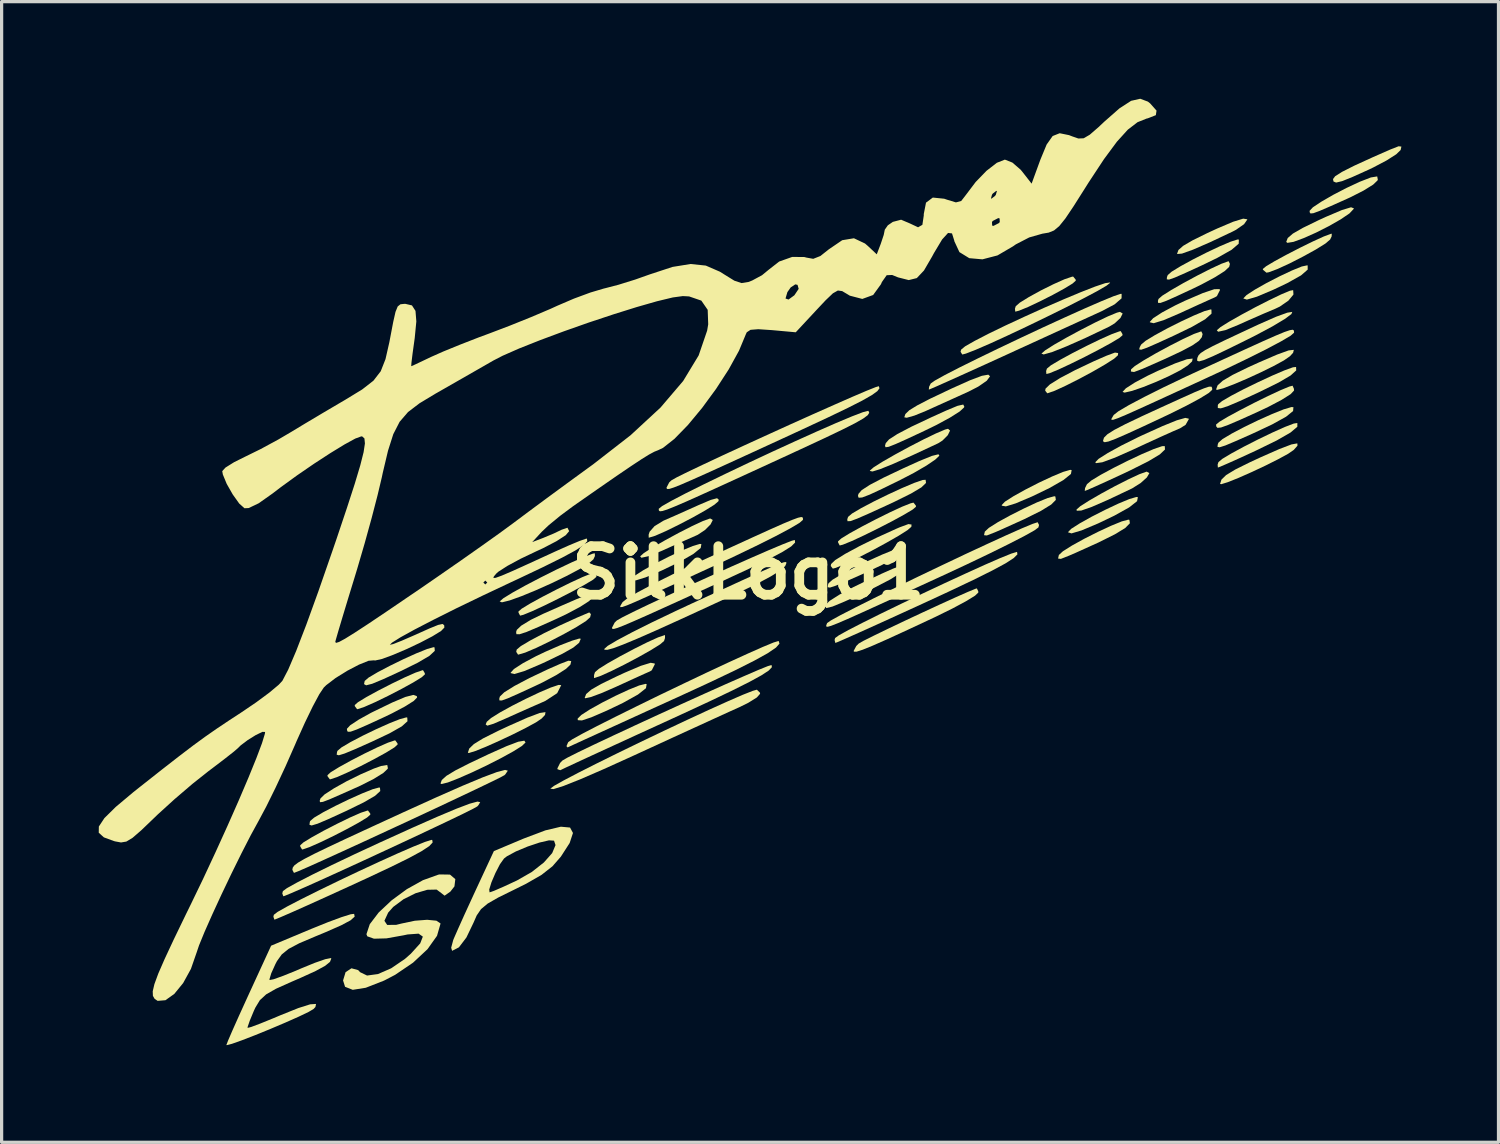
<source format=kicad_pcb>
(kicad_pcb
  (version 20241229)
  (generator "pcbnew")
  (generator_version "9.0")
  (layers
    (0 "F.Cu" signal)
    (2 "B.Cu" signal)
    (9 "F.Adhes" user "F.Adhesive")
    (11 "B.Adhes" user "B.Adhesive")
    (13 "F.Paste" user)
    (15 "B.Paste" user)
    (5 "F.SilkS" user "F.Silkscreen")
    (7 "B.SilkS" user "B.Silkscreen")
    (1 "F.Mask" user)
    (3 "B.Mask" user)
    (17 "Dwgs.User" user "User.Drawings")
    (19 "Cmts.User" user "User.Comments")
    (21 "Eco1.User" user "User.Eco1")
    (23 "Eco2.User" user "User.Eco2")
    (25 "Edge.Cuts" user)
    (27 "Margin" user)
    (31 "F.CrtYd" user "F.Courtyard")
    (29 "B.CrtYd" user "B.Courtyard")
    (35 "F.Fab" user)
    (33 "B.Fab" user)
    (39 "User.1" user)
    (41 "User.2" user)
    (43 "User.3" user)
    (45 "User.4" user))
  (footprint "SilkLogo1"
    (layer "F.Cu")
    (at 20.065 14.641)
    (property "Reference" "SilkLogo1" (at 0 0 0) (layer "F.SilkS") (effects (font (size 1.5 1.5) (thickness 0.3))))
    (attr board_only exclude_from_pos_files exclude_from_bom)
    (fp_poly (pts (xy -3.142 3.439) (xy -3.164 3.566) (xy -3.411 3.761) (xy -3.88 4.022) (xy -4.372 4.257) (xy -4.85 4.464) (xy -5.141 4.561) (xy -5.267 4.553) (xy -5.275 4.506) (xy -5.161 4.392) (xy -4.889 4.217) (xy -4.517 4.01) (xy -4.102 3.799) (xy -3.701 3.613) (xy -3.372 3.48) (xy -3.172 3.431)) (stroke (width 0) (type solid)) (fill yes) (layer "F.SilkS"))
    (fp_poly (pts (xy -1.452 -0.886) (xy -1.473 -0.765) (xy -1.706 -0.577) (xy -2.136 -0.331) (xy -2.678 -0.069) (xy -3.178 0.143) (xy -3.483 0.237) (xy -3.607 0.215) (xy -3.611 0.194) (xy -3.511 0.091) (xy -3.248 -0.078) (xy -2.879 -0.283) (xy -2.463 -0.495) (xy -2.055 -0.687) (xy -1.714 -0.828) (xy -1.496 -0.892)) (stroke (width 0) (type solid)) (fill yes) (layer "F.SilkS"))
    (fp_poly (pts (xy 9.984 -3.173) (xy 9.963 -3.052) (xy 9.73 -2.864) (xy 9.3 -2.618) (xy 8.758 -2.356) (xy 8.258 -2.144) (xy 7.953 -2.05) (xy 7.829 -2.072) (xy 7.825 -2.093) (xy 7.925 -2.197) (xy 8.188 -2.365) (xy 8.557 -2.57) (xy 8.973 -2.783) (xy 9.381 -2.974) (xy 9.722 -3.116) (xy 9.94 -3.179)) (stroke (width 0) (type solid)) (fill yes) (layer "F.SilkS"))
    (fp_poly (pts (xy 12.03 -2.335) (xy 12.005 -2.211) (xy 11.759 -2.018) (xy 11.301 -1.763) (xy 10.804 -1.525) (xy 10.29 -1.308) (xy 9.979 -1.216) (xy 9.871 -1.251) (xy 9.871 -1.254) (xy 9.971 -1.358) (xy 10.234 -1.526) (xy 10.601 -1.731) (xy 11.017 -1.943) (xy 11.424 -2.135) (xy 11.766 -2.277) (xy 11.984 -2.341)) (stroke (width 0) (type solid)) (fill yes) (layer "F.SilkS"))
    (fp_poly (pts (xy 13.704 -6.528) (xy 13.573 -6.405) (xy 13.341 -6.255) (xy 12.996 -6.078) (xy 12.595 -5.897) (xy 12.194 -5.736) (xy 11.851 -5.618) (xy 11.621 -5.565) (xy 11.556 -5.586) (xy 11.659 -5.698) (xy 11.936 -5.876) (xy 12.34 -6.091) (xy 12.64 -6.234) (xy 13.18 -6.467) (xy 13.544 -6.595) (xy 13.722 -6.616)) (stroke (width 0) (type solid)) (fill yes) (layer "F.SilkS"))
    (fp_poly (pts (xy 17.274 -9.491) (xy 17.275 -9.364) (xy 17.069 -9.185) (xy 16.647 -8.948) (xy 16.22 -8.745) (xy 15.707 -8.528) (xy 15.396 -8.437) (xy 15.288 -8.472) (xy 15.288 -8.475) (xy 15.387 -8.579) (xy 15.646 -8.747) (xy 16.005 -8.95) (xy 16.405 -9.156) (xy 16.787 -9.336) (xy 17.092 -9.46) (xy 17.261 -9.496)) (stroke (width 0) (type solid)) (fill yes) (layer "F.SilkS"))
    (fp_poly (pts (xy -9.694 2.304) (xy -9.686 2.412) (xy -9.852 2.566) (xy -10.211 2.777) (xy -10.756 3.046) (xy -11.28 3.287) (xy -11.619 3.428) (xy -11.806 3.476) (xy -11.871 3.439) (xy -11.851 3.341) (xy -11.729 3.236) (xy -11.45 3.071) (xy -11.072 2.873) (xy -10.653 2.668) (xy -10.25 2.486) (xy -9.921 2.354) (xy -9.723 2.298)) (stroke (width 0) (type solid)) (fill yes) (layer "F.SilkS"))
    (fp_poly (pts (xy -5.176 2.039) (xy -5.229 2.163) (xy -5.407 2.31) (xy -5.742 2.5) (xy -6.264 2.752) (xy -6.419 2.823) (xy -6.921 3.036) (xy -7.225 3.127) (xy -7.341 3.099) (xy -7.343 3.086) (xy -7.24 2.971) (xy -6.963 2.792) (xy -6.559 2.576) (xy -6.26 2.434) (xy -5.804 2.235) (xy -5.443 2.096) (xy -5.223 2.031)) (stroke (width 0) (type solid)) (fill yes) (layer "F.SilkS"))
    (fp_poly (pts (xy 9.481 -2.356) (xy 9.496 -2.251) (xy 9.353 -2.107) (xy 9.036 -1.912) (xy 8.528 -1.659) (xy 7.814 -1.336) (xy 7.618 -1.251) (xy 7.365 -1.152) (xy 7.278 -1.161) (xy 7.303 -1.272) (xy 7.428 -1.388) (xy 7.709 -1.565) (xy 8.088 -1.773) (xy 8.508 -1.985) (xy 8.912 -2.174) (xy 9.245 -2.309) (xy 9.448 -2.364)) (stroke (width 0) (type solid)) (fill yes) (layer "F.SilkS"))
    (fp_poly (pts (xy 11.56 -8.008) (xy 11.492 -7.871) (xy 11.315 -7.705) (xy 11.144 -7.602) (xy 10.415 -7.255) (xy 9.822 -6.992) (xy 9.384 -6.818) (xy 9.121 -6.743) (xy 9.051 -6.77) (xy 9.166 -6.87) (xy 9.444 -7.046) (xy 9.831 -7.267) (xy 10.272 -7.505) (xy 10.714 -7.732) (xy 11.102 -7.918) (xy 11.382 -8.034) (xy 11.476 -8.059)) (stroke (width 0) (type solid)) (fill yes) (layer "F.SilkS"))
    (fp_poly (pts (xy 11.768 -1.634) (xy 11.783 -1.529) (xy 11.64 -1.384) (xy 11.323 -1.19) (xy 10.816 -0.937) (xy 10.102 -0.614) (xy 9.905 -0.529) (xy 9.652 -0.429) (xy 9.565 -0.439) (xy 9.59 -0.55) (xy 9.716 -0.666) (xy 9.996 -0.842) (xy 10.375 -1.051) (xy 10.795 -1.263) (xy 11.2 -1.451) (xy 11.532 -1.587) (xy 11.736 -1.641)) (stroke (width 0) (type solid)) (fill yes) (layer "F.SilkS"))
    (fp_poly (pts (xy 15.407 -10.918) (xy 15.409 -10.909) (xy 15.31 -10.767) (xy 15.062 -10.594) (xy 14.957 -10.539) (xy 14.258 -10.209) (xy 13.732 -9.98) (xy 13.391 -9.858) (xy 13.246 -9.846) (xy 13.242 -9.858) (xy 13.283 -9.97) (xy 13.43 -10.099) (xy 13.716 -10.266) (xy 14.175 -10.492) (xy 14.476 -10.631) (xy 14.969 -10.841) (xy 15.284 -10.938)) (stroke (width 0) (type solid)) (fill yes) (layer "F.SilkS"))
    (fp_poly (pts (xy 18.701 -11.256) (xy 18.696 -11.239) (xy 18.566 -11.1) (xy 18.293 -10.915) (xy 17.931 -10.708) (xy 17.532 -10.506) (xy 17.15 -10.336) (xy 16.837 -10.221) (xy 16.646 -10.19) (xy 16.612 -10.22) (xy 16.658 -10.339) (xy 16.817 -10.476) (xy 17.121 -10.651) (xy 17.605 -10.887) (xy 17.838 -10.994) (xy 18.328 -11.202) (xy 18.614 -11.289)) (stroke (width 0) (type solid)) (fill yes) (layer "F.SilkS"))
    (fp_poly (pts (xy 20.169 -13.164) (xy 20.146 -13.058) (xy 20.009 -12.925) (xy 19.709 -12.734) (xy 19.301 -12.519) (xy 19.17 -12.456) (xy 18.665 -12.228) (xy 18.338 -12.096) (xy 18.153 -12.052) (xy 18.072 -12.085) (xy 18.057 -12.16) (xy 18.123 -12.248) (xy 18.336 -12.383) (xy 18.716 -12.575) (xy 19.285 -12.835) (xy 19.829 -13.074) (xy 20.082 -13.173)) (stroke (width 0) (type solid)) (fill yes) (layer "F.SilkS"))
    (fp_poly (pts (xy -10.536 4.471) (xy -10.529 4.586) (xy -10.708 4.746) (xy -11.088 4.961) (xy -11.632 5.218) (xy -12.142 5.446) (xy -12.47 5.582) (xy -12.649 5.637) (xy -12.716 5.619) (xy -12.706 5.539) (xy -12.692 5.5) (xy -12.569 5.395) (xy -12.29 5.23) (xy -11.912 5.032) (xy -11.492 4.829) (xy -11.089 4.649) (xy -10.761 4.519) (xy -10.564 4.466)) (stroke (width 0) (type solid)) (fill yes) (layer "F.SilkS"))
    (fp_poly (pts (xy -6.883 5.241) (xy -6.993 5.348) (xy -7.262 5.517) (xy -7.64 5.725) (xy -8.08 5.949) (xy -8.533 6.164) (xy -8.949 6.347) (xy -9.28 6.476) (xy -9.476 6.525) (xy -9.51 6.508) (xy -9.469 6.4) (xy -9.327 6.272) (xy -9.053 6.106) (xy -8.617 5.884) (xy -8.018 5.6) (xy -7.467 5.354) (xy -7.108 5.218) (xy -6.92 5.186)) (stroke (width 0) (type solid)) (fill yes) (layer "F.SilkS"))
    (fp_poly (pts (xy -6.281 4.391) (xy -6.387 4.503) (xy -6.562 4.621) (xy -6.874 4.791) (xy -7.27 4.99) (xy -7.697 5.191) (xy -8.101 5.371) (xy -8.43 5.504) (xy -8.63 5.566) (xy -8.665 5.56) (xy -8.622 5.429) (xy -8.476 5.288) (xy -8.193 5.115) (xy -7.738 4.887) (xy -7.404 4.731) (xy -6.823 4.473) (xy -6.446 4.331) (xy -6.267 4.304)) (stroke (width 0) (type solid)) (fill yes) (layer "F.SilkS"))
    (fp_poly (pts (xy -5.78 3.47) (xy -5.906 3.719) (xy -6.272 3.958) (xy -6.38 4.006) (xy -6.725 4.157) (xy -7.174 4.357) (xy -7.498 4.502) (xy -7.87 4.663) (xy -8.063 4.722) (xy -8.114 4.686) (xy -8.081 4.603) (xy -7.947 4.486) (xy -7.667 4.311) (xy -7.29 4.104) (xy -6.87 3.891) (xy -6.458 3.696) (xy -6.104 3.545) (xy -5.861 3.463)) (stroke (width 0) (type solid)) (fill yes) (layer "F.SilkS"))
    (fp_poly (pts (xy -5.472 2.727) (xy -5.497 2.837) (xy -5.633 2.968) (xy -5.937 3.162) (xy -6.355 3.385) (xy -6.594 3.499) (xy -7.104 3.734) (xy -7.433 3.879) (xy -7.616 3.945) (xy -7.691 3.942) (xy -7.693 3.882) (xy -7.675 3.822) (xy -7.541 3.692) (xy -7.223 3.494) (xy -6.762 3.251) (xy -6.198 2.983) (xy -5.812 2.813) (xy -5.559 2.716)) (stroke (width 0) (type solid)) (fill yes) (layer "F.SilkS"))
    (fp_poly (pts (xy -4.864 1.277) (xy -4.888 1.375) (xy -5.016 1.49) (xy -5.304 1.672) (xy -5.695 1.891) (xy -6.13 2.117) (xy -6.549 2.319) (xy -6.894 2.466) (xy -7.106 2.528) (xy -7.115 2.528) (xy -7.171 2.441) (xy -7.155 2.371) (xy -7.028 2.264) (xy -6.73 2.087) (xy -6.309 1.865) (xy -5.814 1.623) (xy -5.295 1.386) (xy -4.914 1.224)) (stroke (width 0) (type solid)) (fill yes) (layer "F.SilkS"))
    (fp_poly (pts (xy 4.798 -0.779) (xy 4.786 -0.66) (xy 4.563 -0.482) (xy 4.122 -0.24) (xy 3.526 0.04) (xy 3.018 0.265) (xy 2.694 0.401) (xy 2.517 0.458) (xy 2.45 0.445) (xy 2.458 0.373) (xy 2.477 0.322) (xy 2.601 0.213) (xy 2.885 0.043) (xy 3.272 -0.16) (xy 3.705 -0.37) (xy 4.131 -0.562) (xy 4.492 -0.708) (xy 4.733 -0.782)) (stroke (width 0) (type solid)) (fill yes) (layer "F.SilkS"))
    (fp_poly (pts (xy 5.899 -3.617) (xy 5.771 -3.495) (xy 5.501 -3.312) (xy 5.107 -3.083) (xy 4.691 -2.867) (xy 4.127 -2.591) (xy 3.746 -2.414) (xy 3.516 -2.326) (xy 3.406 -2.317) (xy 3.384 -2.375) (xy 3.4 -2.438) (xy 3.5 -2.553) (xy 3.753 -2.717) (xy 4.179 -2.94) (xy 4.797 -3.233) (xy 5.278 -3.451) (xy 5.669 -3.61) (xy 5.871 -3.66)) (stroke (width 0) (type solid)) (fill yes) (layer "F.SilkS"))
    (fp_poly (pts (xy 6.229 -4.392) (xy 6.158 -4.248) (xy 5.997 -4.086) (xy 5.862 -4) (xy 5.069 -3.63) (xy 4.476 -3.365) (xy 4.068 -3.2) (xy 3.832 -3.128) (xy 3.753 -3.145) (xy 3.754 -3.158) (xy 3.868 -3.257) (xy 4.145 -3.432) (xy 4.531 -3.653) (xy 4.971 -3.892) (xy 5.41 -4.119) (xy 5.796 -4.305) (xy 6.073 -4.423) (xy 6.166 -4.448)) (stroke (width 0) (type solid)) (fill yes) (layer "F.SilkS"))
    (fp_poly (pts (xy 10.109 -9.055) (xy 10.112 -9.022) (xy 10.012 -8.933) (xy 9.754 -8.776) (xy 9.399 -8.582) (xy 9.008 -8.384) (xy 8.642 -8.211) (xy 8.361 -8.096) (xy 8.243 -8.065) (xy 8.233 -8.155) (xy 8.257 -8.232) (xy 8.383 -8.343) (xy 8.663 -8.516) (xy 9.03 -8.718) (xy 9.42 -8.912) (xy 9.764 -9.066) (xy 9.997 -9.145) (xy 10.031 -9.149)) (stroke (width 0) (type solid)) (fill yes) (layer "F.SilkS"))
    (fp_poly (pts (xy 11.42 -6.787) (xy 11.414 -6.718) (xy 11.298 -6.613) (xy 11.021 -6.436) (xy 10.642 -6.217) (xy 10.217 -5.988) (xy 9.805 -5.78) (xy 9.462 -5.622) (xy 9.246 -5.547) (xy 9.229 -5.545) (xy 9.167 -5.625) (xy 9.178 -5.688) (xy 9.313 -5.818) (xy 9.632 -6.017) (xy 10.095 -6.261) (xy 10.664 -6.531) (xy 11.057 -6.703) (xy 11.322 -6.801)) (stroke (width 0) (type solid)) (fill yes) (layer "F.SilkS"))
    (fp_poly (pts (xy 12.385 -3.078) (xy 12.308 -2.945) (xy 12.117 -2.773) (xy 11.855 -2.608) (xy 11.822 -2.592) (xy 11.113 -2.256) (xy 10.604 -2.034) (xy 10.283 -1.922) (xy 10.142 -1.916) (xy 10.134 -1.953) (xy 10.25 -2.055) (xy 10.525 -2.23) (xy 10.902 -2.448) (xy 11.324 -2.677) (xy 11.734 -2.885) (xy 12.075 -3.044) (xy 12.288 -3.12) (xy 12.305 -3.123)) (stroke (width 0) (type solid)) (fill yes) (layer "F.SilkS"))
    (fp_poly (pts (xy 14.029 -7.373) (xy 14.004 -7.274) (xy 13.916 -7.163) (xy 13.712 -7.022) (xy 13.365 -6.838) (xy 12.847 -6.596) (xy 12.176 -6.3) (xy 11.911 -6.201) (xy 11.814 -6.216) (xy 11.82 -6.283) (xy 11.936 -6.386) (xy 12.212 -6.562) (xy 12.59 -6.781) (xy 13.013 -7.01) (xy 13.423 -7.219) (xy 13.763 -7.377) (xy 13.976 -7.453) (xy 13.99 -7.455)) (stroke (width 0) (type solid)) (fill yes) (layer "F.SilkS"))
    (fp_poly (pts (xy 14.302 -8.128) (xy 14.305 -8.005) (xy 14.108 -7.83) (xy 13.7 -7.595) (xy 13.155 -7.331) (xy 12.64 -7.095) (xy 12.31 -6.951) (xy 12.131 -6.889) (xy 12.069 -6.9) (xy 12.09 -6.973) (xy 12.131 -7.049) (xy 12.268 -7.165) (xy 12.556 -7.34) (xy 12.938 -7.548) (xy 13.358 -7.759) (xy 13.759 -7.946) (xy 14.084 -8.081) (xy 14.276 -8.134)) (stroke (width 0) (type solid)) (fill yes) (layer "F.SilkS"))
    (fp_poly (pts (xy 14.566 -8.733) (xy 14.471 -8.545) (xy 14.415 -8.511) (xy 14.242 -8.434) (xy 13.911 -8.285) (xy 13.485 -8.09) (xy 13.332 -8.019) (xy 12.826 -7.802) (xy 12.518 -7.708) (xy 12.401 -7.736) (xy 12.399 -7.749) (xy 12.502 -7.863) (xy 12.779 -8.042) (xy 13.183 -8.258) (xy 13.482 -8.401) (xy 14.038 -8.64) (xy 14.392 -8.759) (xy 14.554 -8.761)) (stroke (width 0) (type solid)) (fill yes) (layer "F.SilkS"))
    (fp_poly (pts (xy 15.149 -10.291) (xy 15.144 -10.163) (xy 14.925 -9.976) (xy 14.485 -9.727) (xy 14.005 -9.494) (xy 13.497 -9.261) (xy 13.171 -9.118) (xy 12.992 -9.055) (xy 12.923 -9.063) (xy 12.928 -9.13) (xy 12.952 -9.195) (xy 13.073 -9.3) (xy 13.351 -9.47) (xy 13.728 -9.676) (xy 14.148 -9.889) (xy 14.556 -10.082) (xy 14.894 -10.226) (xy 15.107 -10.294)) (stroke (width 0) (type solid)) (fill yes) (layer "F.SilkS"))
    (fp_poly (pts (xy 16.824 -6.794) (xy 16.726 -6.688) (xy 16.542 -6.56) (xy 16.223 -6.386) (xy 15.823 -6.189) (xy 15.395 -5.992) (xy 14.992 -5.821) (xy 14.668 -5.698) (xy 14.476 -5.649) (xy 14.445 -5.661) (xy 14.492 -5.789) (xy 14.652 -5.933) (xy 14.958 -6.113) (xy 15.441 -6.349) (xy 15.77 -6.498) (xy 16.329 -6.739) (xy 16.685 -6.868) (xy 16.847 -6.886)) (stroke (width 0) (type solid)) (fill yes) (layer "F.SilkS"))
    (fp_poly (pts (xy 16.834 -5.115) (xy 16.824 -4.996) (xy 16.607 -4.82) (xy 16.175 -4.581) (xy 15.564 -4.294) (xy 15.056 -4.069) (xy 14.732 -3.932) (xy 14.555 -3.876) (xy 14.488 -3.889) (xy 14.497 -3.963) (xy 14.516 -4.017) (xy 14.642 -4.128) (xy 14.926 -4.298) (xy 15.313 -4.502) (xy 15.747 -4.712) (xy 16.172 -4.902) (xy 16.532 -5.047) (xy 16.771 -5.118)) (stroke (width 0) (type solid)) (fill yes) (layer "F.SilkS"))
    (fp_poly (pts (xy 16.835 -8.594) (xy 16.68 -8.406) (xy 16.415 -8.222) (xy 16.274 -8.155) (xy 15.916 -8.004) (xy 15.458 -7.803) (xy 15.127 -7.655) (xy 14.732 -7.494) (xy 14.509 -7.445) (xy 14.468 -7.49) (xy 14.581 -7.588) (xy 14.853 -7.758) (xy 15.23 -7.972) (xy 15.659 -8.203) (xy 16.087 -8.421) (xy 16.46 -8.6) (xy 16.725 -8.711) (xy 16.826 -8.73)) (stroke (width 0) (type solid)) (fill yes) (layer "F.SilkS"))
    (fp_poly (pts (xy 16.955 -4.51) (xy 16.745 -4.332) (xy 16.32 -4.088) (xy 15.685 -3.778) (xy 15.211 -3.559) (xy 14.824 -3.385) (xy 14.572 -3.276) (xy 14.501 -3.25) (xy 14.493 -3.34) (xy 14.517 -3.416) (xy 14.637 -3.518) (xy 14.918 -3.686) (xy 15.305 -3.896) (xy 15.745 -4.12) (xy 16.184 -4.331) (xy 16.568 -4.503) (xy 16.844 -4.609) (xy 16.955 -4.626)) (stroke (width 0) (type solid)) (fill yes) (layer "F.SilkS"))
    (fp_poly (pts (xy 16.959 -3.925) (xy 16.846 -3.796) (xy 16.674 -3.677) (xy 16.363 -3.507) (xy 15.968 -3.309) (xy 15.542 -3.109) (xy 15.137 -2.93) (xy 14.807 -2.798) (xy 14.605 -2.736) (xy 14.568 -2.744) (xy 14.611 -2.877) (xy 14.756 -3.018) (xy 15.039 -3.19) (xy 15.493 -3.415) (xy 15.83 -3.571) (xy 16.402 -3.823) (xy 16.773 -3.964) (xy 16.955 -3.997)) (stroke (width 0) (type solid)) (fill yes) (layer "F.SilkS"))
    (fp_poly (pts (xy -11.379 6.638) (xy -11.37 6.742) (xy -11.531 6.889) (xy -11.879 7.091) (xy -12.434 7.362) (xy -12.465 7.376) (xy -12.978 7.611) (xy -13.308 7.751) (xy -13.49 7.805) (xy -13.557 7.783) (xy -13.545 7.694) (xy -13.535 7.667) (xy -13.412 7.562) (xy -13.133 7.397) (xy -12.754 7.199) (xy -12.335 6.996) (xy -11.932 6.816) (xy -11.603 6.685) (xy -11.407 6.632)) (stroke (width 0) (type solid)) (fill yes) (layer "F.SilkS"))
    (fp_poly (pts (xy -11.135 6.035) (xy -11.143 6.057) (xy -11.279 6.185) (xy -11.578 6.37) (xy -11.982 6.575) (xy -12.075 6.617) (xy -12.603 6.852) (xy -12.946 7.002) (xy -13.143 7.076) (xy -13.229 7.086) (xy -13.241 7.045) (xy -13.218 6.971) (xy -13.089 6.845) (xy -12.799 6.657) (xy -12.409 6.439) (xy -11.977 6.226) (xy -11.567 6.047) (xy -11.346 5.968) (xy -11.154 5.936)) (stroke (width 0) (type solid)) (fill yes) (layer "F.SilkS"))
    (fp_poly (pts (xy -10.242 3.809) (xy -10.232 3.852) (xy -10.335 3.958) (xy -10.609 4.131) (xy -11.008 4.342) (xy -11.258 4.462) (xy -11.766 4.696) (xy -12.096 4.84) (xy -12.285 4.908) (xy -12.373 4.911) (xy -12.398 4.861) (xy -12.399 4.817) (xy -12.299 4.71) (xy -12.034 4.535) (xy -11.659 4.327) (xy -11.586 4.291) (xy -10.998 4.006) (xy -10.593 3.835) (xy -10.348 3.772)) (stroke (width 0) (type solid)) (fill yes) (layer "F.SilkS"))
    (fp_poly (pts (xy -2.894 2.802) (xy -2.889 2.823) (xy -2.984 3.011) (xy -3.04 3.046) (xy -3.213 3.122) (xy -3.544 3.272) (xy -3.97 3.467) (xy -4.123 3.537) (xy -4.542 3.719) (xy -4.864 3.838) (xy -5.038 3.876) (xy -5.056 3.864) (xy -5.011 3.746) (xy -4.853 3.609) (xy -4.55 3.435) (xy -4.069 3.201) (xy -3.822 3.087) (xy -3.323 2.874) (xy -3.018 2.78)) (stroke (width 0) (type solid)) (fill yes) (layer "F.SilkS"))
    (fp_poly (pts (xy -1.1 -1.63) (xy -1.169 -1.493) (xy -1.338 -1.323) (xy -1.562 -1.174) (xy -1.61 -1.152) (xy -1.926 -1.013) (xy -2.355 -0.822) (xy -2.69 -0.671) (xy -3.082 -0.513) (xy -3.304 -0.464) (xy -3.344 -0.508) (xy -3.228 -0.61) (xy -2.952 -0.786) (xy -2.574 -1.003) (xy -2.152 -1.232) (xy -1.742 -1.441) (xy -1.403 -1.599) (xy -1.192 -1.674) (xy -1.177 -1.677)) (stroke (width 0) (type solid)) (fill yes) (layer "F.SilkS"))
    (fp_poly (pts (xy 4.811 -0.18) (xy 4.815 -0.122) (xy 4.705 0.003) (xy 4.387 0.203) (xy 3.877 0.468) (xy 3.193 0.789) (xy 2.965 0.891) (xy 2.598 1.043) (xy 2.409 1.09) (xy 2.362 1.039) (xy 2.375 0.996) (xy 2.509 0.868) (xy 2.813 0.675) (xy 3.238 0.445) (xy 3.569 0.284) (xy 4.104 0.034) (xy 4.459 -0.124) (xy 4.671 -0.205) (xy 4.776 -0.22)) (stroke (width 0) (type solid)) (fill yes) (layer "F.SilkS"))
    (fp_poly (pts (xy 5.039 -1.49) (xy 5.034 -1.421) (xy 4.918 -1.319) (xy 4.64 -1.143) (xy 4.252 -0.921) (xy 3.81 -0.681) (xy 3.368 -0.454) (xy 2.98 -0.268) (xy 2.7 -0.152) (xy 2.608 -0.128) (xy 2.544 -0.209) (xy 2.555 -0.271) (xy 2.683 -0.393) (xy 2.991 -0.585) (xy 3.437 -0.826) (xy 3.979 -1.092) (xy 4.574 -1.362) (xy 4.677 -1.406) (xy 4.942 -1.504)) (stroke (width 0) (type solid)) (fill yes) (layer "F.SilkS"))
    (fp_poly (pts (xy 5.486 -2.774) (xy 5.343 -2.637) (xy 5.025 -2.448) (xy 4.509 -2.192) (xy 4.253 -2.073) (xy 3.713 -1.826) (xy 3.358 -1.671) (xy 3.152 -1.596) (xy 3.062 -1.593) (xy 3.054 -1.651) (xy 3.079 -1.726) (xy 3.201 -1.83) (xy 3.484 -1.997) (xy 3.871 -2.201) (xy 4.31 -2.416) (xy 4.744 -2.616) (xy 5.12 -2.775) (xy 5.382 -2.866) (xy 5.474 -2.872)) (stroke (width 0) (type solid)) (fill yes) (layer "F.SilkS"))
    (fp_poly (pts (xy 6.669 -5.133) (xy 6.661 -5.106) (xy 6.527 -4.982) (xy 6.223 -4.79) (xy 5.798 -4.56) (xy 5.444 -4.388) (xy 4.903 -4.135) (xy 4.544 -3.974) (xy 4.334 -3.891) (xy 4.238 -3.877) (xy 4.219 -3.92) (xy 4.242 -4.003) (xy 4.344 -4.119) (xy 4.601 -4.285) (xy 5.032 -4.511) (xy 5.658 -4.806) (xy 6.104 -5.008) (xy 6.459 -5.156) (xy 6.636 -5.196)) (stroke (width 0) (type solid)) (fill yes) (layer "F.SilkS"))
    (fp_poly (pts (xy 7.464 -6.069) (xy 7.362 -5.931) (xy 7.098 -5.749) (xy 6.801 -5.596) (xy 6.287 -5.363) (xy 5.727 -5.11) (xy 5.477 -4.997) (xy 5.131 -4.856) (xy 4.891 -4.788) (xy 4.815 -4.802) (xy 4.849 -4.904) (xy 4.97 -5.02) (xy 5.213 -5.169) (xy 5.607 -5.373) (xy 6.186 -5.648) (xy 6.29 -5.697) (xy 6.846 -5.946) (xy 7.213 -6.084) (xy 7.411 -6.119)) (stroke (width 0) (type solid)) (fill yes) (layer "F.SilkS"))
    (fp_poly (pts (xy 12.867 -3.807) (xy 12.705 -3.654) (xy 12.356 -3.445) (xy 11.802 -3.167) (xy 11.59 -3.066) (xy 11.112 -2.845) (xy 10.722 -2.668) (xy 10.465 -2.556) (xy 10.389 -2.528) (xy 10.398 -2.615) (xy 10.457 -2.736) (xy 10.595 -2.852) (xy 10.888 -3.029) (xy 11.281 -3.241) (xy 11.721 -3.462) (xy 12.153 -3.665) (xy 12.523 -3.823) (xy 12.778 -3.91) (xy 12.86 -3.913)) (stroke (width 0) (type solid)) (fill yes) (layer "F.SilkS"))
    (fp_poly (pts (xy 16.92 -6.249) (xy 16.745 -6.092) (xy 16.377 -5.876) (xy 15.799 -5.591) (xy 15.723 -5.555) (xy 15.171 -5.301) (xy 14.804 -5.145) (xy 14.59 -5.078) (xy 14.499 -5.089) (xy 14.499 -5.172) (xy 14.511 -5.206) (xy 14.632 -5.305) (xy 14.912 -5.468) (xy 15.299 -5.671) (xy 15.738 -5.885) (xy 16.173 -6.087) (xy 16.551 -6.249) (xy 16.818 -6.346) (xy 16.916 -6.357)) (stroke (width 0) (type solid)) (fill yes) (layer "F.SilkS"))
    (fp_poly (pts (xy 18.014 -10.388) (xy 17.967 -10.292) (xy 17.823 -10.169) (xy 17.524 -9.983) (xy 17.134 -9.768) (xy 16.72 -9.556) (xy 16.344 -9.383) (xy 16.074 -9.282) (xy 16.001 -9.269) (xy 15.892 -9.36) (xy 15.89 -9.384) (xy 15.99 -9.467) (xy 16.251 -9.623) (xy 16.617 -9.822) (xy 17.03 -10.035) (xy 17.434 -10.233) (xy 17.772 -10.387) (xy 17.986 -10.467) (xy 18.019 -10.473)) (stroke (width 0) (type solid)) (fill yes) (layer "F.SilkS"))
    (fp_poly (pts (xy -11.679 7.437) (xy -11.677 7.471) (xy -11.777 7.559) (xy -12.038 7.718) (xy -12.404 7.918) (xy -12.817 8.13) (xy -13.219 8.324) (xy -13.553 8.472) (xy -13.762 8.544) (xy -13.786 8.547) (xy -13.841 8.453) (xy -13.844 8.419) (xy -13.744 8.328) (xy -13.482 8.168) (xy -13.117 7.966) (xy -12.705 7.754) (xy -12.305 7.559) (xy -11.973 7.413) (xy -11.768 7.345) (xy -11.749 7.343)) (stroke (width 0) (type solid)) (fill yes) (layer "F.SilkS"))
    (fp_poly (pts (xy -10.837 5.27) (xy -10.834 5.304) (xy -10.934 5.395) (xy -11.195 5.556) (xy -11.561 5.757) (xy -11.972 5.97) (xy -12.373 6.164) (xy -12.704 6.31) (xy -12.909 6.378) (xy -12.928 6.38) (xy -12.998 6.286) (xy -13.001 6.252) (xy -12.901 6.161) (xy -12.64 6.001) (xy -12.274 5.799) (xy -11.863 5.587) (xy -11.462 5.393) (xy -11.131 5.247) (xy -10.926 5.178) (xy -10.907 5.176)) (stroke (width 0) (type solid)) (fill yes) (layer "F.SilkS"))
    (fp_poly (pts (xy -9.994 3.103) (xy -9.991 3.138) (xy -10.091 3.228) (xy -10.353 3.389) (xy -10.718 3.59) (xy -11.13 3.803) (xy -11.53 3.997) (xy -11.862 4.143) (xy -12.067 4.211) (xy -12.086 4.213) (xy -12.156 4.12) (xy -12.158 4.085) (xy -12.058 3.997) (xy -11.797 3.838) (xy -11.431 3.638) (xy -11.018 3.426) (xy -10.616 3.232) (xy -10.282 3.084) (xy -10.073 3.012) (xy -10.049 3.009)) (stroke (width 0) (type solid)) (fill yes) (layer "F.SilkS"))
    (fp_poly (pts (xy -4.83 0.664) (xy -4.815 0.706) (xy -4.815 0.759) (xy -4.918 0.873) (xy -5.196 1.052) (xy -5.603 1.269) (xy -5.929 1.424) (xy -6.483 1.672) (xy -6.852 1.828) (xy -7.069 1.899) (xy -7.165 1.896) (xy -7.174 1.828) (xy -7.152 1.762) (xy -7.017 1.634) (xy -6.722 1.454) (xy -6.344 1.27) (xy -5.736 1.001) (xy -5.315 0.818) (xy -5.047 0.708) (xy -4.896 0.661)) (stroke (width 0) (type solid)) (fill yes) (layer "F.SilkS"))
    (fp_poly (pts (xy -4.74 -0.517) (xy -4.787 -0.415) (xy -4.932 -0.287) (xy -5.228 -0.106) (xy -5.63 0.106) (xy -6.091 0.329) (xy -6.566 0.541) (xy -7.009 0.723) (xy -7.372 0.854) (xy -7.612 0.913) (xy -7.682 0.886) (xy -7.57 0.788) (xy -7.289 0.615) (xy -6.887 0.392) (xy -6.414 0.145) (xy -5.921 -0.102) (xy -5.455 -0.323) (xy -5.068 -0.494) (xy -4.807 -0.59) (xy -4.743 -0.602)) (stroke (width 0) (type solid)) (fill yes) (layer "F.SilkS"))
    (fp_poly (pts (xy -4.697 0.094) (xy -4.695 0.127) (xy -4.795 0.213) (xy -5.06 0.371) (xy -5.435 0.576) (xy -5.866 0.798) (xy -6.298 1.011) (xy -6.679 1.187) (xy -6.952 1.299) (xy -7.051 1.324) (xy -7.1 1.23) (xy -7.102 1.196) (xy -7.002 1.109) (xy -6.737 0.948) (xy -6.363 0.743) (xy -5.932 0.52) (xy -5.501 0.307) (xy -5.122 0.132) (xy -4.851 0.023) (xy -4.757 0)) (stroke (width 0) (type solid)) (fill yes) (layer "F.SilkS"))
    (fp_poly (pts (xy -2.576 2.017) (xy -2.605 2.107) (xy -2.726 2.211) (xy -3.007 2.386) (xy -3.389 2.602) (xy -3.813 2.827) (xy -4.221 3.03) (xy -4.554 3.181) (xy -4.754 3.249) (xy -4.768 3.25) (xy -4.767 3.159) (xy -4.738 3.069) (xy -4.617 2.966) (xy -4.336 2.79) (xy -3.954 2.575) (xy -3.53 2.35) (xy -3.122 2.146) (xy -2.789 1.995) (xy -2.589 1.927) (xy -2.575 1.926)) (stroke (width 0) (type solid)) (fill yes) (layer "F.SilkS"))
    (fp_poly (pts (xy -0.914 -2.256) (xy -0.926 -2.209) (xy -1.05 -2.102) (xy -1.333 -1.926) (xy -1.716 -1.71) (xy -2.141 -1.488) (xy -2.548 -1.288) (xy -2.878 -1.143) (xy -3.072 -1.084) (xy -3.078 -1.083) (xy -3.081 -1.175) (xy -3.051 -1.268) (xy -2.898 -1.441) (xy -2.624 -1.608) (xy -2.604 -1.617) (xy -2.284 -1.757) (xy -1.856 -1.948) (xy -1.54 -2.09) (xy -1.164 -2.25) (xy -0.967 -2.303)) (stroke (width 0) (type solid)) (fill yes) (layer "F.SilkS"))
    (fp_poly (pts (xy 5.174 -2.073) (xy 5.176 -2.039) (xy 5.076 -1.954) (xy 4.811 -1.796) (xy 4.436 -1.591) (xy 4.005 -1.369) (xy 3.573 -1.156) (xy 3.193 -0.98) (xy 2.919 -0.868) (xy 2.82 -0.843) (xy 2.771 -0.937) (xy 2.769 -0.971) (xy 2.869 -1.06) (xy 3.133 -1.222) (xy 3.507 -1.428) (xy 3.937 -1.652) (xy 4.367 -1.865) (xy 4.743 -2.039) (xy 5.012 -2.146) (xy 5.1 -2.167)) (stroke (width 0) (type solid)) (fill yes) (layer "F.SilkS"))
    (fp_poly (pts (xy 11.554 -7.37) (xy 11.556 -7.336) (xy 11.456 -7.251) (xy 11.192 -7.093) (xy 10.817 -6.889) (xy 10.387 -6.666) (xy 9.954 -6.453) (xy 9.575 -6.276) (xy 9.302 -6.164) (xy 9.204 -6.139) (xy 9.196 -6.229) (xy 9.22 -6.306) (xy 9.341 -6.406) (xy 9.624 -6.575) (xy 10.012 -6.786) (xy 10.447 -7.008) (xy 10.872 -7.214) (xy 11.229 -7.373) (xy 11.461 -7.457) (xy 11.501 -7.464)) (stroke (width 0) (type solid)) (fill yes) (layer "F.SilkS"))
    (fp_poly (pts (xy 13.599 -4.761) (xy 13.603 -4.744) (xy 13.503 -4.569) (xy 13.332 -4.462) (xy 13.113 -4.368) (xy 12.735 -4.198) (xy 12.257 -3.979) (xy 11.887 -3.807) (xy 11.319 -3.555) (xy 10.932 -3.413) (xy 10.736 -3.386) (xy 10.714 -3.414) (xy 10.817 -3.519) (xy 11.1 -3.699) (xy 11.521 -3.93) (xy 12.041 -4.189) (xy 12.158 -4.244) (xy 12.792 -4.531) (xy 13.232 -4.709) (xy 13.495 -4.784)) (stroke (width 0) (type solid)) (fill yes) (layer "F.SilkS"))
    (fp_poly (pts (xy 14.873 -9.54) (xy 14.85 -9.449) (xy 14.716 -9.322) (xy 14.414 -9.13) (xy 13.997 -8.906) (xy 13.754 -8.787) (xy 13.243 -8.549) (xy 12.913 -8.402) (xy 12.729 -8.335) (xy 12.653 -8.336) (xy 12.649 -8.396) (xy 12.667 -8.457) (xy 12.783 -8.558) (xy 13.059 -8.732) (xy 13.436 -8.949) (xy 13.859 -9.177) (xy 14.268 -9.385) (xy 14.607 -9.543) (xy 14.818 -9.619) (xy 14.833 -9.622)) (stroke (width 0) (type solid)) (fill yes) (layer "F.SilkS"))
    (fp_poly (pts (xy 16.85 -5.682) (xy 16.853 -5.628) (xy 16.749 -5.518) (xy 16.471 -5.342) (xy 16.064 -5.127) (xy 15.723 -4.966) (xy 15.178 -4.72) (xy 14.815 -4.565) (xy 14.598 -4.487) (xy 14.488 -4.476) (xy 14.45 -4.521) (xy 14.445 -4.578) (xy 14.546 -4.662) (xy 14.81 -4.82) (xy 15.185 -5.023) (xy 15.616 -5.246) (xy 16.049 -5.459) (xy 16.431 -5.637) (xy 16.706 -5.751) (xy 16.808 -5.778)) (stroke (width 0) (type solid)) (fill yes) (layer "F.SilkS"))
    (fp_poly (pts (xy 19.441 -12.142) (xy 19.432 -12.118) (xy 19.296 -11.988) (xy 18.996 -11.802) (xy 18.592 -11.597) (xy 18.5 -11.555) (xy 17.984 -11.324) (xy 17.648 -11.179) (xy 17.454 -11.107) (xy 17.363 -11.097) (xy 17.336 -11.135) (xy 17.335 -11.181) (xy 17.435 -11.288) (xy 17.697 -11.462) (xy 18.063 -11.673) (xy 18.476 -11.887) (xy 18.878 -12.075) (xy 19.212 -12.205) (xy 19.23 -12.211) (xy 19.422 -12.242)) (stroke (width 0) (type solid)) (fill yes) (layer "F.SilkS"))
    (fp_poly (pts (xy 16.771 -7.99) (xy 16.568 -7.839) (xy 16.195 -7.615) (xy 15.662 -7.33) (xy 15.405 -7.201) (xy 14.786 -6.896) (xy 14.351 -6.69) (xy 14.072 -6.571) (xy 13.918 -6.528) (xy 13.859 -6.552) (xy 13.866 -6.631) (xy 13.873 -6.651) (xy 13.904 -6.718) (xy 13.972 -6.788) (xy 14.109 -6.877) (xy 14.347 -7.003) (xy 14.717 -7.183) (xy 15.252 -7.434) (xy 15.747 -7.665) (xy 16.294 -7.906) (xy 16.642 -8.033) (xy 16.799 -8.058)) (stroke (width 0) (type solid)) (fill yes) (layer "F.SilkS"))
    (fp_poly (pts (xy 11.172 -8.955) (xy 11.06 -8.866) (xy 10.769 -8.697) (xy 10.337 -8.468) (xy 9.805 -8.196) (xy 9.211 -7.903) (xy 8.597 -7.606) (xy 8.001 -7.325) (xy 7.463 -7.079) (xy 7.022 -6.888) (xy 6.719 -6.77) (xy 6.606 -6.741) (xy 6.553 -6.827) (xy 6.57 -6.892) (xy 6.694 -6.994) (xy 6.99 -7.163) (xy 7.42 -7.385) (xy 7.946 -7.64) (xy 8.532 -7.912) (xy 9.138 -8.186) (xy 9.728 -8.442) (xy 10.264 -8.666) (xy 10.707 -8.839) (xy 11.021 -8.945) (xy 11.167 -8.966)) (stroke (width 0) (type solid)) (fill yes) (layer "F.SilkS"))
    (fp_poly (pts (xy 14.303 -5.748) (xy 14.324 -5.704) (xy 14.325 -5.651) (xy 14.222 -5.555) (xy 13.941 -5.382) (xy 13.522 -5.157) (xy 13.006 -4.901) (xy 12.911 -4.856) (xy 12.21 -4.527) (xy 11.697 -4.292) (xy 11.344 -4.138) (xy 11.123 -4.055) (xy 11.004 -4.032) (xy 10.958 -4.057) (xy 10.955 -4.081) (xy 10.983 -4.173) (xy 11.087 -4.277) (xy 11.297 -4.411) (xy 11.643 -4.591) (xy 12.154 -4.835) (xy 12.737 -5.103) (xy 13.356 -5.385) (xy 13.788 -5.579) (xy 14.069 -5.696) (xy 14.229 -5.749)) (stroke (width 0) (type solid)) (fill yes) (layer "F.SilkS"))
    (fp_poly (pts (xy 7.101 0.576) (xy 7.102 0.61) (xy 7 0.708) (xy 6.719 0.88) (xy 6.302 1.104) (xy 5.792 1.355) (xy 5.748 1.376) (xy 4.926 1.76) (xy 4.297 2.049) (xy 3.839 2.251) (xy 3.529 2.377) (xy 3.344 2.436) (xy 3.261 2.436) (xy 3.25 2.416) (xy 3.332 2.262) (xy 3.409 2.185) (xy 3.554 2.102) (xy 3.868 1.945) (xy 4.307 1.732) (xy 4.824 1.486) (xy 5.375 1.228) (xy 5.914 0.979) (xy 6.396 0.76) (xy 6.776 0.592) (xy 7.009 0.496) (xy 7.057 0.482)) (stroke (width 0) (type solid)) (fill yes) (layer "F.SilkS"))
    (fp_poly (pts (xy -9.765 8.252) (xy -9.752 8.329) (xy -9.856 8.442) (xy -10.094 8.599) (xy -10.487 8.812) (xy -11.053 9.091) (xy -11.811 9.447) (xy -12.313 9.678) (xy -12.995 9.989) (xy -13.6 10.263) (xy -14.096 10.484) (xy -14.45 10.638) (xy -14.627 10.71) (xy -14.64 10.714) (xy -14.671 10.624) (xy -14.657 10.563) (xy -14.541 10.474) (xy -14.245 10.307) (xy -13.808 10.08) (xy -13.268 9.811) (xy -12.663 9.517) (xy -12.031 9.217) (xy -11.41 8.929) (xy -10.837 8.67) (xy -10.351 8.459) (xy -9.989 8.313) (xy -9.79 8.25)) (stroke (width 0) (type solid)) (fill yes) (layer "F.SilkS"))
    (fp_poly (pts (xy 8.299 -0.642) (xy 8.309 -0.568) (xy 8.195 -0.454) (xy 7.941 -0.29) (xy 7.529 -0.068) (xy 6.944 0.223) (xy 6.168 0.591) (xy 5.374 0.958) (xy 4.637 1.295) (xy 3.976 1.596) (xy 3.42 1.847) (xy 3 2.034) (xy 2.746 2.144) (xy 2.685 2.167) (xy 2.663 2.077) (xy 2.678 2.016) (xy 2.793 1.933) (xy 3.09 1.768) (xy 3.534 1.54) (xy 4.09 1.263) (xy 4.721 0.957) (xy 5.392 0.636) (xy 6.069 0.318) (xy 6.715 0.02) (xy 7.295 -0.243) (xy 7.774 -0.452) (xy 8.117 -0.591) (xy 8.288 -0.644)) (stroke (width 0) (type solid)) (fill yes) (layer "F.SilkS"))
    (fp_poly (pts (xy 1.176 -0.306) (xy 1.157 -0.255) (xy 1.137 -0.208) (xy 1.004 -0.084) (xy 0.701 0.107) (xy 0.278 0.334) (xy -0.038 0.487) (xy -1.171 1.013) (xy -2.104 1.442) (xy -2.853 1.781) (xy -3.436 2.037) (xy -3.87 2.217) (xy -4.171 2.33) (xy -4.356 2.38) (xy -4.443 2.377) (xy -4.454 2.355) (xy -4.348 2.259) (xy -4.049 2.081) (xy -3.582 1.833) (xy -2.974 1.529) (xy -2.252 1.184) (xy -1.776 0.962) (xy -0.886 0.553) (xy -0.192 0.234) (xy 0.329 -0.004) (xy 0.702 -0.17) (xy 0.95 -0.274) (xy 1.096 -0.325) (xy 1.163 -0.332)) (stroke (width 0) (type solid)) (fill yes) (layer "F.SilkS"))
    (fp_poly (pts (xy -8.283 7.085) (xy -8.34 7.181) (xy -8.374 7.217) (xy -8.506 7.291) (xy -8.82 7.448) (xy -9.282 7.67) (xy -9.858 7.943) (xy -10.511 8.25) (xy -11.208 8.574) (xy -11.912 8.9) (xy -12.59 9.211) (xy -13.205 9.491) (xy -13.724 9.723) (xy -14.111 9.892) (xy -14.33 9.982) (xy -14.365 9.991) (xy -14.396 9.903) (xy -14.377 9.832) (xy -14.255 9.742) (xy -13.943 9.568) (xy -13.469 9.324) (xy -12.863 9.026) (xy -12.153 8.688) (xy -11.37 8.325) (xy -11.358 8.32) (xy -10.378 7.875) (xy -9.601 7.532) (xy -9.015 7.286) (xy -8.608 7.132) (xy -8.368 7.067)) (stroke (width 0) (type solid)) (fill yes) (layer "F.SilkS"))
    (fp_poly (pts (xy 0.358 3.704) (xy 0.361 3.738) (xy 0.26 3.852) (xy -0.002 4.015) (xy -0.271 4.148) (xy -0.562 4.279) (xy -1.031 4.493) (xy -1.638 4.771) (xy -2.344 5.094) (xy -3.107 5.445) (xy -3.529 5.639) (xy -4.467 6.064) (xy -5.195 6.38) (xy -5.714 6.586) (xy -6.022 6.682) (xy -6.117 6.667) (xy -6.117 6.666) (xy -6.005 6.582) (xy -5.708 6.415) (xy -5.258 6.179) (xy -4.69 5.892) (xy -4.036 5.569) (xy -3.33 5.226) (xy -2.604 4.879) (xy -1.894 4.545) (xy -1.231 4.238) (xy -0.65 3.976) (xy -0.184 3.773) (xy 0.134 3.647) (xy 0.263 3.611)) (stroke (width 0) (type solid)) (fill yes) (layer "F.SilkS"))
    (fp_poly (pts (xy 11.526 -8.476) (xy 11.31 -8.29) (xy 10.919 -8.083) (xy 10.659 -7.964) (xy 10.221 -7.764) (xy 9.645 -7.501) (xy 8.973 -7.193) (xy 8.245 -6.86) (xy 8.017 -6.755) (xy 7.316 -6.435) (xy 6.691 -6.152) (xy 6.176 -5.92) (xy 5.801 -5.753) (xy 5.599 -5.667) (xy 5.573 -5.658) (xy 5.581 -5.743) (xy 5.631 -5.846) (xy 5.758 -5.936) (xy 6.066 -6.107) (xy 6.521 -6.341) (xy 7.087 -6.621) (xy 7.731 -6.933) (xy 8.417 -7.259) (xy 9.111 -7.584) (xy 9.779 -7.89) (xy 10.386 -8.163) (xy 10.897 -8.385) (xy 11.277 -8.541) (xy 11.493 -8.614) (xy 11.528 -8.615)) (stroke (width 0) (type solid)) (fill yes) (layer "F.SilkS"))
    (fp_poly (pts (xy 0.936 2.109) (xy 0.96 2.189) (xy 0.852 2.311) (xy 0.598 2.484) (xy 0.181 2.715) (xy -0.411 3.013) (xy -1.195 3.386) (xy -2.184 3.842) (xy -2.32 3.903) (xy -3.133 4.273) (xy -3.875 4.612) (xy -4.519 4.906) (xy -5.036 5.142) (xy -5.396 5.307) (xy -5.572 5.389) (xy -5.583 5.395) (xy -5.619 5.356) (xy -5.566 5.232) (xy -5.441 5.144) (xy -5.133 4.973) (xy -4.675 4.735) (xy -4.1 4.445) (xy -3.441 4.119) (xy -2.731 3.772) (xy -2.001 3.422) (xy -1.286 3.082) (xy -0.618 2.77) (xy -0.029 2.501) (xy 0.447 2.29) (xy 0.778 2.153) (xy 0.931 2.107)) (stroke (width 0) (type solid)) (fill yes) (layer "F.SilkS"))
    (fp_poly (pts (xy 1.442 -0.933) (xy 1.322 -0.814) (xy 1.058 -0.647) (xy 0.629 -0.42) (xy 0.017 -0.123) (xy -0.797 0.254) (xy -0.903 0.302) (xy -1.84 0.73) (xy -2.582 1.067) (xy -3.15 1.323) (xy -3.569 1.508) (xy -3.86 1.632) (xy -4.047 1.704) (xy -4.153 1.734) (xy -4.201 1.732) (xy -4.213 1.707) (xy -4.213 1.699) (xy -4.131 1.539) (xy -4.063 1.473) (xy -3.901 1.38) (xy -3.565 1.211) (xy -3.092 0.984) (xy -2.516 0.715) (xy -1.875 0.419) (xy -1.203 0.114) (xy -0.538 -0.185) (xy 0.085 -0.461) (xy 0.629 -0.698) (xy 1.06 -0.879) (xy 1.34 -0.989) (xy 1.434 -1.013)) (stroke (width 0) (type solid)) (fill yes) (layer "F.SilkS"))
    (fp_poly (pts (xy 0.726 2.916) (xy 0.629 3.019) (xy 0.404 3.167) (xy 0.037 3.368) (xy -0.491 3.633) (xy -1.197 3.97) (xy -2.098 4.388) (xy -2.648 4.64) (xy -3.448 5.006) (xy -4.177 5.341) (xy -4.806 5.63) (xy -5.306 5.861) (xy -5.648 6.02) (xy -5.803 6.095) (xy -5.808 6.098) (xy -5.896 6.068) (xy -5.899 6.041) (xy -5.816 5.874) (xy -5.741 5.797) (xy -5.588 5.709) (xy -5.256 5.542) (xy -4.778 5.312) (xy -4.188 5.034) (xy -3.519 4.722) (xy -2.803 4.392) (xy -2.074 4.059) (xy -1.366 3.739) (xy -0.71 3.445) (xy -0.141 3.195) (xy 0.308 3.001) (xy 0.605 2.881) (xy 0.715 2.848)) (stroke (width 0) (type solid)) (fill yes) (layer "F.SilkS"))
    (fp_poly (pts (xy 1.676 -1.71) (xy 1.686 -1.673) (xy 1.685 -1.635) (xy 1.58 -1.542) (xy 1.283 -1.366) (xy 0.824 -1.122) (xy 0.229 -0.825) (xy -0.471 -0.488) (xy -0.993 -0.245) (xy -1.89 0.168) (xy -2.592 0.491) (xy -3.119 0.731) (xy -3.497 0.9) (xy -3.746 1.005) (xy -3.891 1.056) (xy -3.954 1.062) (xy -3.959 1.032) (xy -3.927 0.975) (xy -3.885 0.906) (xy -3.743 0.792) (xy -3.415 0.599) (xy -2.938 0.346) (xy -2.346 0.051) (xy -1.676 -0.267) (xy -1.551 -0.324) (xy -0.625 -0.748) (xy 0.105 -1.082) (xy 0.663 -1.335) (xy 1.071 -1.516) (xy 1.354 -1.634) (xy 1.533 -1.7) (xy 1.633 -1.722)) (stroke (width 0) (type solid)) (fill yes) (layer "F.SilkS"))
    (fp_poly (pts (xy 16.846 -7.487) (xy 16.853 -7.442) (xy 16.853 -7.414) (xy 16.748 -7.322) (xy 16.45 -7.146) (xy 15.989 -6.901) (xy 15.391 -6.603) (xy 14.686 -6.264) (xy 14.13 -6.006) (xy 13.241 -5.597) (xy 12.548 -5.279) (xy 12.027 -5.042) (xy 11.657 -4.877) (xy 11.414 -4.775) (xy 11.274 -4.727) (xy 11.215 -4.723) (xy 11.214 -4.755) (xy 11.247 -4.813) (xy 11.284 -4.875) (xy 11.425 -4.986) (xy 11.751 -5.178) (xy 12.229 -5.431) (xy 12.825 -5.729) (xy 13.504 -6.053) (xy 13.736 -6.161) (xy 14.642 -6.579) (xy 15.354 -6.906) (xy 15.893 -7.151) (xy 16.285 -7.324) (xy 16.553 -7.435) (xy 16.72 -7.492) (xy 16.81 -7.507)) (stroke (width 0) (type solid)) (fill yes) (layer "F.SilkS"))
    (fp_poly (pts (xy 3.708 -4.999) (xy 3.733 -4.942) (xy 3.687 -4.868) (xy 3.549 -4.765) (xy 3.295 -4.62) (xy 2.903 -4.422) (xy 2.351 -4.158) (xy 1.616 -3.816) (xy 1.02 -3.541) (xy 0.011 -3.077) (xy -0.801 -2.705) (xy -1.437 -2.416) (xy -1.919 -2.2) (xy -2.268 -2.05) (xy -2.505 -1.955) (xy -2.653 -1.908) (xy -2.731 -1.899) (xy -2.763 -1.92) (xy -2.769 -1.961) (xy -2.769 -1.976) (xy -2.664 -2.061) (xy -2.373 -2.226) (xy -1.928 -2.458) (xy -1.363 -2.739) (xy -0.709 -3.056) (xy -0.002 -3.393) (xy 0.727 -3.734) (xy 1.445 -4.063) (xy 2.118 -4.366) (xy 2.713 -4.627) (xy 3.197 -4.83) (xy 3.537 -4.96) (xy 3.7 -5.002)) (stroke (width 0) (type solid)) (fill yes) (layer "F.SilkS"))
    (fp_poly (pts (xy 4.049 -5.698) (xy 3.983 -5.61) (xy 3.812 -5.487) (xy 3.514 -5.317) (xy 3.069 -5.091) (xy 2.457 -4.797) (xy 1.657 -4.424) (xy 1.083 -4.159) (xy 0.1 -3.707) (xy -0.686 -3.347) (xy -1.297 -3.069) (xy -1.756 -2.864) (xy -2.084 -2.722) (xy -2.302 -2.635) (xy -2.434 -2.592) (xy -2.501 -2.586) (xy -2.525 -2.605) (xy -2.528 -2.632) (xy -2.444 -2.793) (xy -2.377 -2.855) (xy -2.219 -2.945) (xy -1.882 -3.112) (xy -1.401 -3.341) (xy -0.809 -3.619) (xy -0.14 -3.928) (xy 0.575 -4.255) (xy 1.301 -4.585) (xy 2.004 -4.901) (xy 2.653 -5.189) (xy 3.213 -5.435) (xy 3.651 -5.622) (xy 3.934 -5.735) (xy 4.028 -5.763)) (stroke (width 0) (type solid)) (fill yes) (layer "F.SilkS"))
    (fp_poly (pts (xy 8.977 -1.477) (xy 8.958 -1.401) (xy 8.836 -1.31) (xy 8.523 -1.135) (xy 8.047 -0.89) (xy 7.437 -0.589) (xy 6.721 -0.247) (xy 5.928 0.122) (xy 5.81 0.176) (xy 4.849 0.617) (xy 4.085 0.966) (xy 3.496 1.234) (xy 3.06 1.429) (xy 2.755 1.56) (xy 2.559 1.637) (xy 2.45 1.668) (xy 2.406 1.661) (xy 2.404 1.627) (xy 2.423 1.575) (xy 2.431 1.554) (xy 2.545 1.474) (xy 2.845 1.309) (xy 3.298 1.076) (xy 3.87 0.789) (xy 4.529 0.465) (xy 5.241 0.12) (xy 5.973 -0.23) (xy 6.692 -0.571) (xy 7.365 -0.884) (xy 7.959 -1.156) (xy 8.441 -1.37) (xy 8.778 -1.51) (xy 8.934 -1.561)) (stroke (width 0) (type solid)) (fill yes) (layer "F.SilkS"))
    (fp_poly (pts (xy -7.43 6.112) (xy -7.505 6.223) (xy -7.532 6.25) (xy -7.659 6.32) (xy -7.971 6.473) (xy -8.434 6.695) (xy -9.014 6.97) (xy -9.679 7.283) (xy -10.395 7.617) (xy -11.129 7.957) (xy -11.847 8.289) (xy -12.516 8.596) (xy -13.103 8.863) (xy -13.573 9.075) (xy -13.895 9.215) (xy -14.034 9.269) (xy -14.036 9.269) (xy -14.084 9.178) (xy -14.084 9.164) (xy -14.072 9.104) (xy -14.022 9.037) (xy -13.909 8.952) (xy -13.713 8.838) (xy -13.411 8.682) (xy -12.979 8.473) (xy -12.396 8.199) (xy -11.639 7.849) (xy -10.686 7.411) (xy -10.68 7.408) (xy -9.653 6.942) (xy -8.832 6.58) (xy -8.209 6.32) (xy -7.773 6.157) (xy -7.516 6.089)) (stroke (width 0) (type solid)) (fill yes) (layer "F.SilkS"))
    (fp_poly (pts (xy -5.508 7.869) (xy -5.418 8.037) (xy -5.52 8.346) (xy -5.792 8.768) (xy -6.052 9.066) (xy -6.389 9.331) (xy -6.862 9.603) (xy -7.228 9.785) (xy -7.726 10.03) (xy -8.053 10.218) (xy -8.258 10.389) (xy -8.391 10.583) (xy -8.489 10.806) (xy -8.709 11.264) (xy -8.94 11.568) (xy -9.151 11.677) (xy -9.18 11.581) (xy -9.117 11.345) (xy -9.093 11.286) (xy -8.972 11.01) (xy -8.781 10.584) (xy -8.548 10.076) (xy -8.413 9.783) (xy -8.005 9.783) (xy -7.994 9.871) (xy -7.856 9.823) (xy -7.563 9.696) (xy -7.175 9.516) (xy -7.142 9.5) (xy -6.688 9.24) (xy -6.316 8.947) (xy -6.06 8.658) (xy -5.957 8.411) (xy -6.003 8.274) (xy -6.158 8.264) (xy -6.454 8.333) (xy -6.82 8.456) (xy -7.179 8.606) (xy -7.459 8.757) (xy -7.548 8.826) (xy -7.674 9.003) (xy -7.813 9.273) (xy -7.935 9.558) (xy -8.005 9.783) (xy -8.413 9.783) (xy -8.395 9.745) (xy -7.861 8.596) (xy -6.943 8.21) (xy -6.27 7.956) (xy -5.792 7.843)) (stroke (width 0) (type solid)) (fill yes) (layer "F.SilkS"))
    (fp_poly (pts (xy -9.217 9.322) (xy -9.052 9.462) (xy -9.079 9.687) (xy -9.207 9.85) (xy -9.383 9.973) (xy -9.474 9.902) (xy -9.474 9.901) (xy -9.629 9.785) (xy -9.917 9.791) (xy -10.277 9.897) (xy -10.648 10.081) (xy -10.971 10.321) (xy -11.126 10.497) (xy -11.242 10.749) (xy -11.156 10.877) (xy -10.877 10.874) (xy -10.71 10.833) (xy -10.302 10.747) (xy -9.922 10.718) (xy -9.636 10.746) (xy -9.511 10.829) (xy -9.51 10.84) (xy -9.617 11.213) (xy -9.912 11.627) (xy -10.357 12.042) (xy -10.911 12.418) (xy -11.255 12.597) (xy -11.817 12.817) (xy -12.22 12.881) (xy -12.457 12.788) (xy -12.519 12.592) (xy -12.441 12.335) (xy -12.259 12.216) (xy -12.053 12.272) (xy -11.993 12.336) (xy -11.778 12.44) (xy -11.441 12.394) (xy -11.035 12.217) (xy -10.61 11.928) (xy -10.427 11.767) (xy -10.136 11.446) (xy -10.055 11.238) (xy -10.186 11.146) (xy -10.526 11.171) (xy -10.654 11.198) (xy -11.18 11.292) (xy -11.564 11.302) (xy -11.77 11.229) (xy -11.797 11.163) (xy -11.694 10.854) (xy -11.419 10.493) (xy -11.021 10.119) (xy -10.549 9.772) (xy -10.052 9.495) (xy -9.581 9.326) (xy -9.541 9.317)) (stroke (width 0) (type solid)) (fill yes) (layer "F.SilkS"))
    (fp_poly (pts (xy -12.161 10.621) (xy -12.287 10.734) (xy -12.578 10.889) (xy -13.06 11.101) (xy -13.362 11.226) (xy -13.868 11.441) (xy -14.2 11.616) (xy -14.413 11.788) (xy -14.561 11.995) (xy -14.609 12.087) (xy -14.738 12.373) (xy -14.792 12.554) (xy -14.788 12.579) (xy -14.664 12.555) (xy -14.376 12.452) (xy -13.975 12.29) (xy -13.811 12.219) (xy -13.391 12.047) (xy -13.069 11.935) (xy -12.897 11.901) (xy -12.881 11.912) (xy -12.923 12.018) (xy -13.074 12.141) (xy -13.367 12.3) (xy -13.836 12.514) (xy -14.118 12.636) (xy -14.591 12.848) (xy -14.895 13.022) (xy -15.088 13.2) (xy -15.227 13.429) (xy -15.274 13.53) (xy -15.4 13.833) (xy -15.466 14.026) (xy -15.468 14.057) (xy -15.355 14.028) (xy -15.071 13.921) (xy -14.668 13.757) (xy -14.445 13.663) (xy -13.902 13.445) (xy -13.535 13.329) (xy -13.354 13.317) (xy -13.373 13.412) (xy -13.43 13.473) (xy -13.584 13.564) (xy -13.891 13.711) (xy -14.301 13.893) (xy -14.763 14.089) (xy -15.226 14.278) (xy -15.639 14.438) (xy -15.951 14.549) (xy -16.112 14.59) (xy -16.123 14.585) (xy -16.072 14.452) (xy -15.939 14.143) (xy -15.742 13.701) (xy -15.499 13.167) (xy -15.428 13.012) (xy -14.741 11.518) (xy -13.49 10.995) (xy -12.987 10.792) (xy -12.568 10.637) (xy -12.282 10.547) (xy -12.177 10.535)) (stroke (width 0) (type solid)) (fill yes) (layer "F.SilkS"))
    (fp_poly (pts (xy 12.34 -14.552) (xy 12.408 -14.498) (xy 12.606 -14.275) (xy 12.585 -14.134) (xy 12.337 -14.037) (xy 12.297 -14.028) (xy 12.018 -13.916) (xy 11.719 -13.686) (xy 11.382 -13.314) (xy 10.985 -12.778) (xy 10.508 -12.054) (xy 10.384 -11.857) (xy 10.04 -11.314) (xy 9.79 -10.942) (xy 9.601 -10.707) (xy 9.44 -10.573) (xy 9.274 -10.506) (xy 9.079 -10.473) (xy 8.673 -10.357) (xy 8.261 -10.144) (xy 8.174 -10.083) (xy 7.694 -9.802) (xy 7.229 -9.681) (xy 6.822 -9.717) (xy 6.518 -9.904) (xy 6.362 -10.239) (xy 6.359 -10.259) (xy 6.289 -10.482) (xy 6.167 -10.496) (xy 5.984 -10.295) (xy 5.732 -9.875) (xy 5.675 -9.769) (xy 5.423 -9.336) (xy 5.202 -9.102) (xy 4.953 -9.04) (xy 4.622 -9.124) (xy 4.441 -9.198) (xy 4.272 -9.191) (xy 4.124 -8.981) (xy 4.095 -8.913) (xy 3.854 -8.58) (xy 3.519 -8.458) (xy 3.132 -8.559) (xy 3.058 -8.604) (xy 2.896 -8.7) (xy 2.764 -8.718) (xy 2.611 -8.632) (xy 2.386 -8.417) (xy 2.105 -8.118) (xy 1.463 -7.428) (xy 0.724 -7.495) (xy 0.304 -7.523) (xy 0.066 -7.504) (xy -0.05 -7.428) (xy -0.08 -7.363) (xy -0.29 -6.859) (xy -0.607 -6.283) (xy -0.998 -5.68) (xy -1.43 -5.091) (xy -1.869 -4.562) (xy -2.283 -4.137) (xy -2.637 -3.858) (xy -2.79 -3.785) (xy -2.905 -3.739) (xy -3.066 -3.653) (xy -3.297 -3.51) (xy -3.624 -3.294) (xy -4.073 -2.989) (xy -4.668 -2.577) (xy -5.417 -2.054) (xy -5.814 -1.759) (xy -6.174 -1.463) (xy -6.378 -1.27) (xy -6.677 -0.947) (xy -6.34 -1.076) (xy -6.007 -1.215) (xy -5.77 -1.329) (xy -5.588 -1.391) (xy -5.537 -1.288) (xy -5.537 -1.284) (xy -5.642 -1.16) (xy -5.927 -0.976) (xy -6.347 -0.757) (xy -6.558 -0.66) (xy -7.035 -0.433) (xy -7.444 -0.212) (xy -7.722 -0.033) (xy -7.786 0.024) (xy -7.862 0.114) (xy -7.876 0.161) (xy -7.803 0.155) (xy -7.618 0.088) (xy -7.296 -0.05) (xy -6.812 -0.269) (xy -6.14 -0.577) (xy -5.973 -0.654) (xy -5.543 -0.846) (xy -5.206 -0.986) (xy -5.012 -1.053) (xy -4.986 -1.054) (xy -4.976 -0.974) (xy -5.088 -0.856) (xy -5.342 -0.69) (xy -5.756 -0.466) (xy -6.351 -0.171) (xy -7.144 0.205) (xy -7.325 0.289) (xy -8.209 0.706) (xy -9.019 1.097) (xy -9.728 1.452) (xy -10.313 1.755) (xy -10.748 1.995) (xy -11.009 2.159) (xy -11.075 2.225) (xy -10.975 2.203) (xy -10.711 2.1) (xy -10.339 1.938) (xy -10.295 1.919) (xy -9.852 1.72) (xy -9.583 1.611) (xy -9.446 1.581) (xy -9.396 1.619) (xy -9.39 1.693) (xy -9.492 1.798) (xy -9.761 1.963) (xy -10.136 2.159) (xy -10.56 2.359) (xy -10.973 2.535) (xy -11.316 2.662) (xy -11.53 2.71) (xy -11.564 2.704) (xy -11.732 2.718) (xy -12.029 2.838) (xy -12.39 3.027) (xy -12.748 3.249) (xy -13.038 3.47) (xy -13.114 3.544) (xy -13.252 3.75) (xy -13.455 4.128) (xy -13.698 4.63) (xy -13.956 5.203) (xy -14.009 5.327) (xy -14.296 5.978) (xy -14.602 6.634) (xy -14.891 7.22) (xy -15.126 7.66) (xy -15.131 7.669) (xy -15.37 8.106) (xy -15.655 8.661) (xy -15.963 9.285) (xy -16.271 9.93) (xy -16.556 10.548) (xy -16.796 11.089) (xy -16.967 11.507) (xy -17.042 11.729) (xy -17.218 12.235) (xy -17.458 12.672) (xy -17.731 13.007) (xy -18.005 13.202) (xy -18.246 13.222) (xy -18.338 13.161) (xy -18.392 13.069) (xy -18.398 12.926) (xy -18.346 12.705) (xy -18.227 12.381) (xy -18.03 11.929) (xy -17.746 11.321) (xy -17.365 10.533) (xy -17.229 10.256) (xy -16.841 9.452) (xy -16.455 8.624) (xy -16.083 7.805) (xy -15.739 7.026) (xy -15.439 6.322) (xy -15.196 5.724) (xy -15.023 5.264) (xy -14.935 4.976) (xy -14.927 4.916) (xy -15.011 4.914) (xy -15.214 5.012) (xy -15.462 5.166) (xy -15.682 5.332) (xy -15.77 5.419) (xy -15.888 5.521) (xy -16.151 5.728) (xy -16.511 6.003) (xy -16.673 6.125) (xy -17.166 6.516) (xy -17.724 6.993) (xy -18.244 7.466) (xy -18.358 7.576) (xy -18.75 7.952) (xy -19.019 8.185) (xy -19.212 8.302) (xy -19.377 8.33) (xy -19.561 8.296) (xy -19.597 8.286) (xy -19.907 8.172) (xy -20.065 8.029) (xy -20.062 7.837) (xy -19.89 7.577) (xy -19.538 7.23) (xy -18.998 6.777) (xy -18.779 6.603) (xy -18.107 6.073) (xy -17.579 5.662) (xy -17.151 5.336) (xy -16.78 5.065) (xy -16.421 4.815) (xy -16.032 4.555) (xy -15.679 4.325) (xy -15.206 4.004) (xy -14.799 3.703) (xy -14.507 3.459) (xy -14.393 3.336) (xy -14.213 2.991) (xy -13.968 2.416) (xy -13.861 2.138) (xy -12.76 2.138) (xy -12.734 2.165) (xy -12.641 2.136) (xy -12.46 2.038) (xy -12.17 1.858) (xy -11.749 1.583) (xy -11.177 1.199) (xy -10.432 0.692) (xy -10.292 0.598) (xy -9.86 0.301) (xy -8.186 0.301) (xy -8.126 0.361) (xy -8.065 0.301) (xy -8.126 0.241) (xy -8.186 0.301) (xy -9.86 0.301) (xy -9.586 0.112) (xy -8.883 -0.376) (xy -8.232 -0.834) (xy -7.678 -1.229) (xy -7.271 -1.527) (xy -7.223 -1.563) (xy -6.787 -1.889) (xy -6.222 -2.307) (xy -5.591 -2.77) (xy -4.961 -3.229) (xy -4.797 -3.348) (xy -3.64 -4.247) (xy -2.714 -5.103) (xy -2.015 -5.923) (xy -1.536 -6.713) (xy -1.274 -7.479) (xy -1.241 -7.675) (xy -1.257 -8.121) (xy -1.453 -8.406) (xy -1.642 -8.471) (xy 1.147 -8.471) (xy 1.24 -8.439) (xy 1.42 -8.571) (xy 1.553 -8.769) (xy 1.518 -8.893) (xy 1.449 -8.908) (xy 1.307 -8.814) (xy 1.204 -8.667) (xy 1.147 -8.471) (xy -1.642 -8.471) (xy -1.832 -8.536) (xy -2.025 -8.546) (xy -2.335 -8.504) (xy -2.824 -8.386) (xy -3.449 -8.207) (xy -4.165 -7.983) (xy -4.93 -7.729) (xy -5.699 -7.458) (xy -6.427 -7.187) (xy -7.073 -6.931) (xy -7.591 -6.703) (xy -7.874 -6.557) (xy -8.39 -6.261) (xy -8.998 -5.913) (xy -9.58 -5.58) (xy -9.672 -5.528) (xy -10.156 -5.236) (xy -10.512 -4.965) (xy -10.772 -4.663) (xy -10.968 -4.281) (xy -11.131 -3.769) (xy -11.295 -3.077) (xy -11.322 -2.949) (xy -11.453 -2.397) (xy -11.636 -1.692) (xy -11.852 -0.91) (xy -12.08 -0.13) (xy -12.171 0.169) (xy -12.367 0.809) (xy -12.535 1.364) (xy -12.664 1.796) (xy -12.742 2.066) (xy -12.76 2.138) (xy -13.861 2.138) (xy -13.657 1.61) (xy -13.281 0.572) (xy -12.84 -0.698) (xy -12.721 -1.045) (xy -12.401 -1.999) (xy -12.158 -2.748) (xy -11.988 -3.316) (xy -11.885 -3.724) (xy -11.844 -3.994) (xy -11.859 -4.149) (xy -11.926 -4.21) (xy -11.957 -4.213) (xy -12.14 -4.146) (xy -12.473 -3.964) (xy -12.913 -3.695) (xy -13.417 -3.367) (xy -13.94 -3.008) (xy -14.44 -2.645) (xy -14.698 -2.448) (xy -15.124 -2.147) (xy -15.433 -1.999) (xy -15.564 -1.993) (xy -15.726 -2.138) (xy -15.926 -2.418) (xy -16.113 -2.746) (xy -16.232 -3.035) (xy -16.251 -3.14) (xy -16.15 -3.25) (xy -15.886 -3.415) (xy -15.559 -3.578) (xy -15.068 -3.819) (xy -14.518 -4.117) (xy -14.145 -4.336) (xy -13.691 -4.61) (xy -13.132 -4.943) (xy -12.573 -5.272) (xy -12.445 -5.347) (xy -11.929 -5.662) (xy -11.581 -5.933) (xy -11.356 -6.224) (xy -11.208 -6.599) (xy -11.089 -7.123) (xy -11.066 -7.244) (xy -10.97 -7.747) (xy -10.899 -8.06) (xy -10.831 -8.226) (xy -10.747 -8.293) (xy -10.626 -8.306) (xy -10.593 -8.306) (xy -10.391 -8.258) (xy -10.282 -8.089) (xy -10.256 -7.764) (xy -10.306 -7.248) (xy -10.318 -7.162) (xy -10.373 -6.765) (xy -10.407 -6.484) (xy -10.414 -6.38) (xy -10.306 -6.427) (xy -10.046 -6.55) (xy -9.803 -6.666) (xy -9.429 -6.832) (xy -8.91 -7.044) (xy -8.33 -7.27) (xy -8.005 -7.39) (xy -7.375 -7.63) (xy -6.709 -7.898) (xy -6.114 -8.151) (xy -5.899 -8.249) (xy -5.388 -8.468) (xy -4.877 -8.657) (xy -4.466 -8.779) (xy -4.427 -8.788) (xy -4.012 -8.896) (xy -3.494 -9.057) (xy -3.043 -9.217) (xy -2.343 -9.447) (xy -1.785 -9.537) (xy -1.315 -9.488) (xy -0.88 -9.299) (xy -0.754 -9.22) (xy -0.432 -9.021) (xy -0.211 -8.948) (xy 0.000343 -8.982) (xy 0.115 -9.026) (xy 0.42 -9.19) (xy 0.628 -9.361) (xy 0.951 -9.613) (xy 1.355 -9.756) (xy 1.733 -9.752) (xy 1.783 -9.737) (xy 2.003 -9.697) (xy 2.224 -9.784) (xy 2.484 -9.99) (xy 2.898 -10.272) (xy 3.26 -10.332) (xy 3.602 -10.17) (xy 3.69 -10.094) (xy 3.965 -9.836) (xy 4.089 -10.162) (xy 4.18 -10.435) (xy 4.213 -10.597) (xy 4.307 -10.732) (xy 4.462 -10.838) (xy 4.717 -10.905) (xy 4.988 -10.79) (xy 4.99 -10.789) (xy 5.241 -10.671) (xy 5.374 -10.747) (xy 5.387 -10.834) (xy 7.524 -10.834) (xy 7.529 -10.723) (xy 7.57 -10.714) (xy 7.74 -10.802) (xy 7.764 -10.834) (xy 7.759 -10.945) (xy 7.718 -10.955) (xy 7.548 -10.867) (xy 7.524 -10.834) (xy 5.387 -10.834) (xy 5.417 -11.035) (xy 5.417 -11.08) (xy 5.486 -11.432) (xy 5.696 -11.589) (xy 6.049 -11.553) (xy 6.133 -11.524) (xy 6.41 -11.44) (xy 6.573 -11.483) (xy 6.636 -11.564) (xy 7.493 -11.564) (xy 7.509 -11.556) (xy 7.619 -11.641) (xy 7.644 -11.677) (xy 7.675 -11.789) (xy 7.658 -11.797) (xy 7.548 -11.712) (xy 7.524 -11.677) (xy 7.493 -11.564) (xy 6.636 -11.564) (xy 6.723 -11.677) (xy 7.02 -12.07) (xy 7.355 -12.416) (xy 7.674 -12.663) (xy 7.919 -12.76) (xy 7.924 -12.76) (xy 8.153 -12.67) (xy 8.409 -12.449) (xy 8.458 -12.39) (xy 8.748 -12.019) (xy 9.018 -12.758) (xy 9.212 -13.227) (xy 9.398 -13.49) (xy 9.615 -13.576) (xy 9.904 -13.517) (xy 9.996 -13.481) (xy 10.192 -13.413) (xy 10.355 -13.42) (xy 10.544 -13.53) (xy 10.819 -13.769) (xy 10.993 -13.933) (xy 11.462 -14.345) (xy 11.821 -14.577) (xy 12.103 -14.641)) (stroke (width 0) (type solid)) (fill yes) (layer "F.SilkS")))
  (gr_rect
    (start -3 -3)
    (end 43.233 32.232)
    (stroke (width 0.1) (type default))
    (fill no)
    (layer "Edge.Cuts")))
</source>
